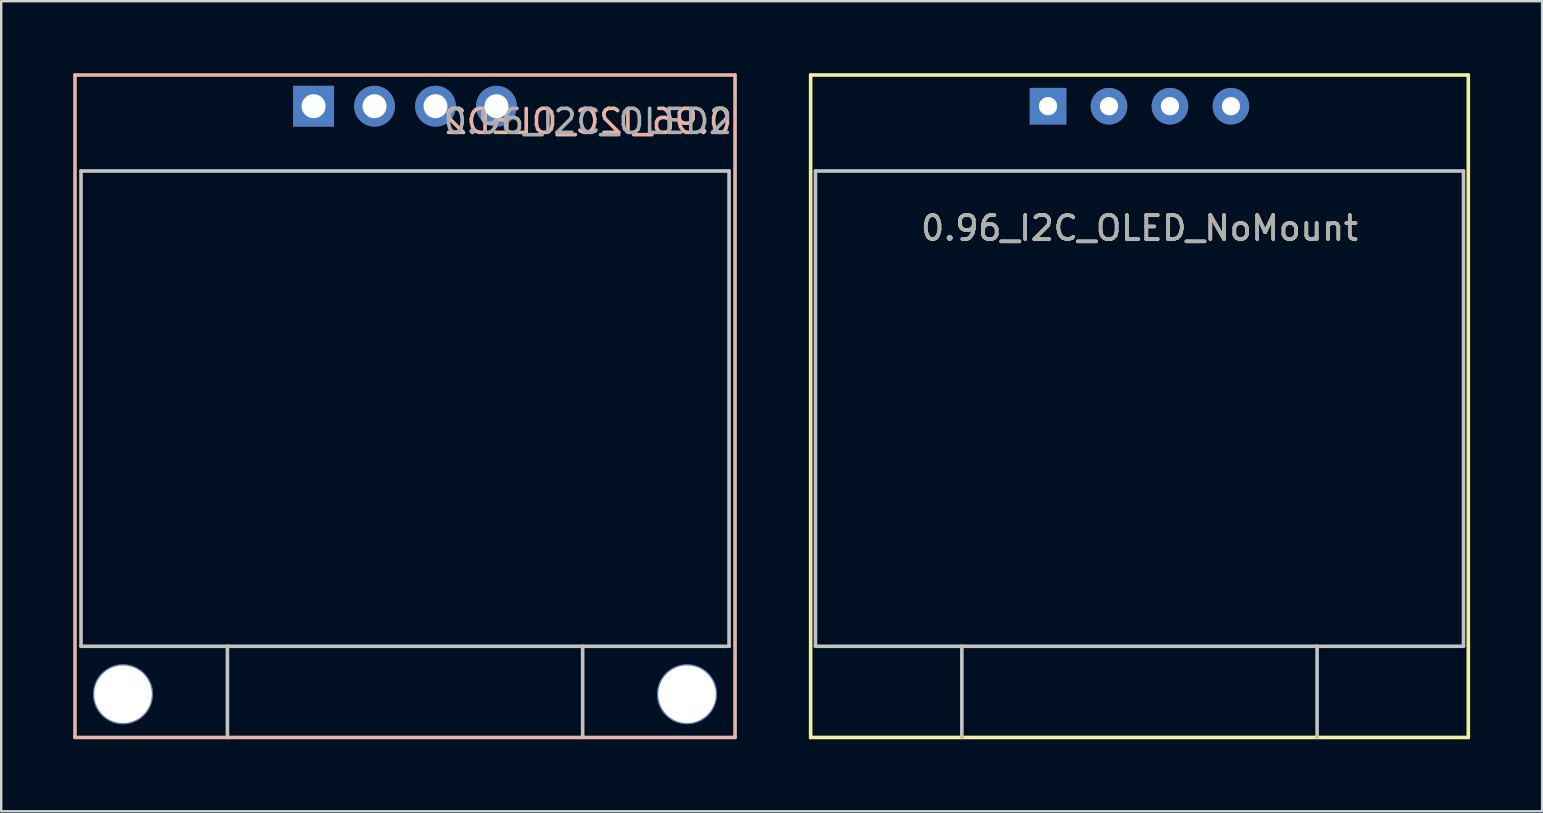
<source format=kicad_pcb>
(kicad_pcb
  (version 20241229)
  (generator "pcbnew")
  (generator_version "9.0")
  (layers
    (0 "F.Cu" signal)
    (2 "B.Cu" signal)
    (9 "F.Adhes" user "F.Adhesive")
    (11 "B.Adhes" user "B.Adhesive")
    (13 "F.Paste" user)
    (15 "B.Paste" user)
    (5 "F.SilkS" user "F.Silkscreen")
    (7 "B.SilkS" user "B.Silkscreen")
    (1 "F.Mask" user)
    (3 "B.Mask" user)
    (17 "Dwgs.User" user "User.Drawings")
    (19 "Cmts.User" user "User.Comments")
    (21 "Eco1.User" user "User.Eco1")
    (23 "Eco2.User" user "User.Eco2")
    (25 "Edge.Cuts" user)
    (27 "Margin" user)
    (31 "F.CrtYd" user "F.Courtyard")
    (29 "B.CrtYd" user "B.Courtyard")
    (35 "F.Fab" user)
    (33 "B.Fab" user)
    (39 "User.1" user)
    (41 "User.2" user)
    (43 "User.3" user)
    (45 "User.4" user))
  (footprint "0.96_I2C_OLED_NoMount"
    (layer "F.Cu")
    (at 44.425 1.375)
    (property "Reference" "0.96_I2C_OLED_NoMount" (at 0 5.08 180) (layer "F.SilkS") (effects (font (size 1 1) (thickness 0.15))))
    (attr through_hole)
    (fp_line (start -13.7 -1.3) (end -13.7 26.3) (stroke (width 0.15) (type solid)) (layer "F.SilkS"))
    (fp_line (start -13.7 -1.3) (end 13.7 -1.3) (stroke (width 0.15) (type solid)) (layer "F.SilkS"))
    (fp_line (start -13.7 26.3) (end 13.7 26.3) (stroke (width 0.15) (type solid)) (layer "F.SilkS"))
    (fp_line (start 13.7 26.3) (end 13.7 -1.3) (stroke (width 0.15) (type solid)) (layer "F.SilkS"))
    (fp_line (start -13.5 2.7) (end -13.5 22.5) (stroke (width 0.15) (type solid)) (layer "Dwgs.User"))
    (fp_line (start -13.5 22.5) (end 13.5 22.5) (stroke (width 0.15) (type solid)) (layer "Dwgs.User"))
    (fp_line (start -7.4 26.3) (end -7.4 22.5) (stroke (width 0.15) (type solid)) (layer "Dwgs.User"))
    (fp_line (start 7.4 22.5) (end 7.4 26.3) (stroke (width 0.15) (type solid)) (layer "Dwgs.User"))
    (fp_line (start 13.5 2.7) (end -13.5 2.7) (stroke (width 0.15) (type solid)) (layer "Dwgs.User"))
    (fp_line (start 13.5 22.5) (end 13.5 2.7) (stroke (width 0.15) (type solid)) (layer "Dwgs.User"))
    (fp_text user "${REFERENCE}" (at 0 5.08 180) (layer "F.Fab") (effects (font (size 1 1) (thickness 0.15))))
    (pad "1" thru_hole rect (at -3.81 0) (size 1.524 1.524) (drill 0.762) (layers "*.Cu" "*.Mask"))
    (pad "2" thru_hole circle (at -1.27 0) (size 1.524 1.524) (drill 0.762) (layers "*.Cu" "*.Mask"))
    (pad "3" thru_hole circle (at 1.27 0) (size 1.524 1.524) (drill 0.762) (layers "*.Cu" "*.Mask"))
    (pad "4" thru_hole circle (at 3.81 0) (size 1.524 1.524) (drill 0.762) (layers "*.Cu" "*.Mask")))
  (footprint "0.96_I2C_OLED2"
    (layer "F.Cu")
    (at 13.825 1.375)
    (property "Reference" "0.96_I2C_OLED2" (at 7.62 0.635 0) (layer "B.SilkS") (effects (font (size 1 1) (thickness 0.15)) (justify mirror)))
    (attr through_hole)
    (fp_line (start -13.75 -1.3) (end -13.75 26.3) (stroke (width 0.15) (type solid)) (layer "B.SilkS"))
    (fp_line (start -13.75 -1.3) (end 13.75 -1.3) (stroke (width 0.15) (type solid)) (layer "B.SilkS"))
    (fp_line (start -13.75 26.3) (end 13.75 26.3) (stroke (width 0.15) (type solid)) (layer "B.SilkS"))
    (fp_line (start 13.75 26.3) (end 13.75 -1.3) (stroke (width 0.15) (type solid)) (layer "B.SilkS"))
    (fp_line (start -13.5 2.7) (end -13.5 22.5) (stroke (width 0.15) (type solid)) (layer "Dwgs.User"))
    (fp_line (start -13.5 22.5) (end 13.5 22.5) (stroke (width 0.15) (type solid)) (layer "Dwgs.User"))
    (fp_line (start -7.4 26.3) (end -7.4 22.5) (stroke (width 0.15) (type solid)) (layer "Dwgs.User"))
    (fp_line (start 7.4 22.5) (end 7.4 26.3) (stroke (width 0.15) (type solid)) (layer "Dwgs.User"))
    (fp_line (start 13.5 2.7) (end -13.5 2.7) (stroke (width 0.15) (type solid)) (layer "Dwgs.User"))
    (fp_line (start 13.5 22.5) (end 13.5 2.7) (stroke (width 0.15) (type solid)) (layer "Dwgs.User"))
    (fp_text user "${REFERENCE}" (at 7.62 0.635 180) (layer "F.Fab") (effects (font (size 1 1) (thickness 0.15))))
    (pad "" np_thru_hole circle (at -11.75 24.5) (size 2.5 2.5) (drill 2.4) (layers "*.Cu" "*.Mask"))
    (pad "" np_thru_hole circle (at 11.75 24.5) (size 2.5 2.5) (drill 2.4) (layers "*.Cu" "*.Mask"))
    (pad "1" thru_hole rect (at -3.81 0) (size 1.7 1.7) (drill 1) (layers "*.Cu" "*.Mask"))
    (pad "2" thru_hole circle (at -1.27 0) (size 1.7 1.7) (drill 1) (layers "*.Cu" "*.Mask"))
    (pad "3" thru_hole circle (at 1.27 0) (size 1.7 1.7) (drill 1) (layers "*.Cu" "*.Mask"))
    (pad "4" thru_hole circle (at 3.81 0) (size 1.7 1.7) (drill 1) (layers "*.Cu" "*.Mask")))
  (gr_rect
    (start -3 -3)
    (end 61.2 30.75)
    (stroke (width 0.1) (type default))
    (fill no)
    (layer "Edge.Cuts")))
</source>
